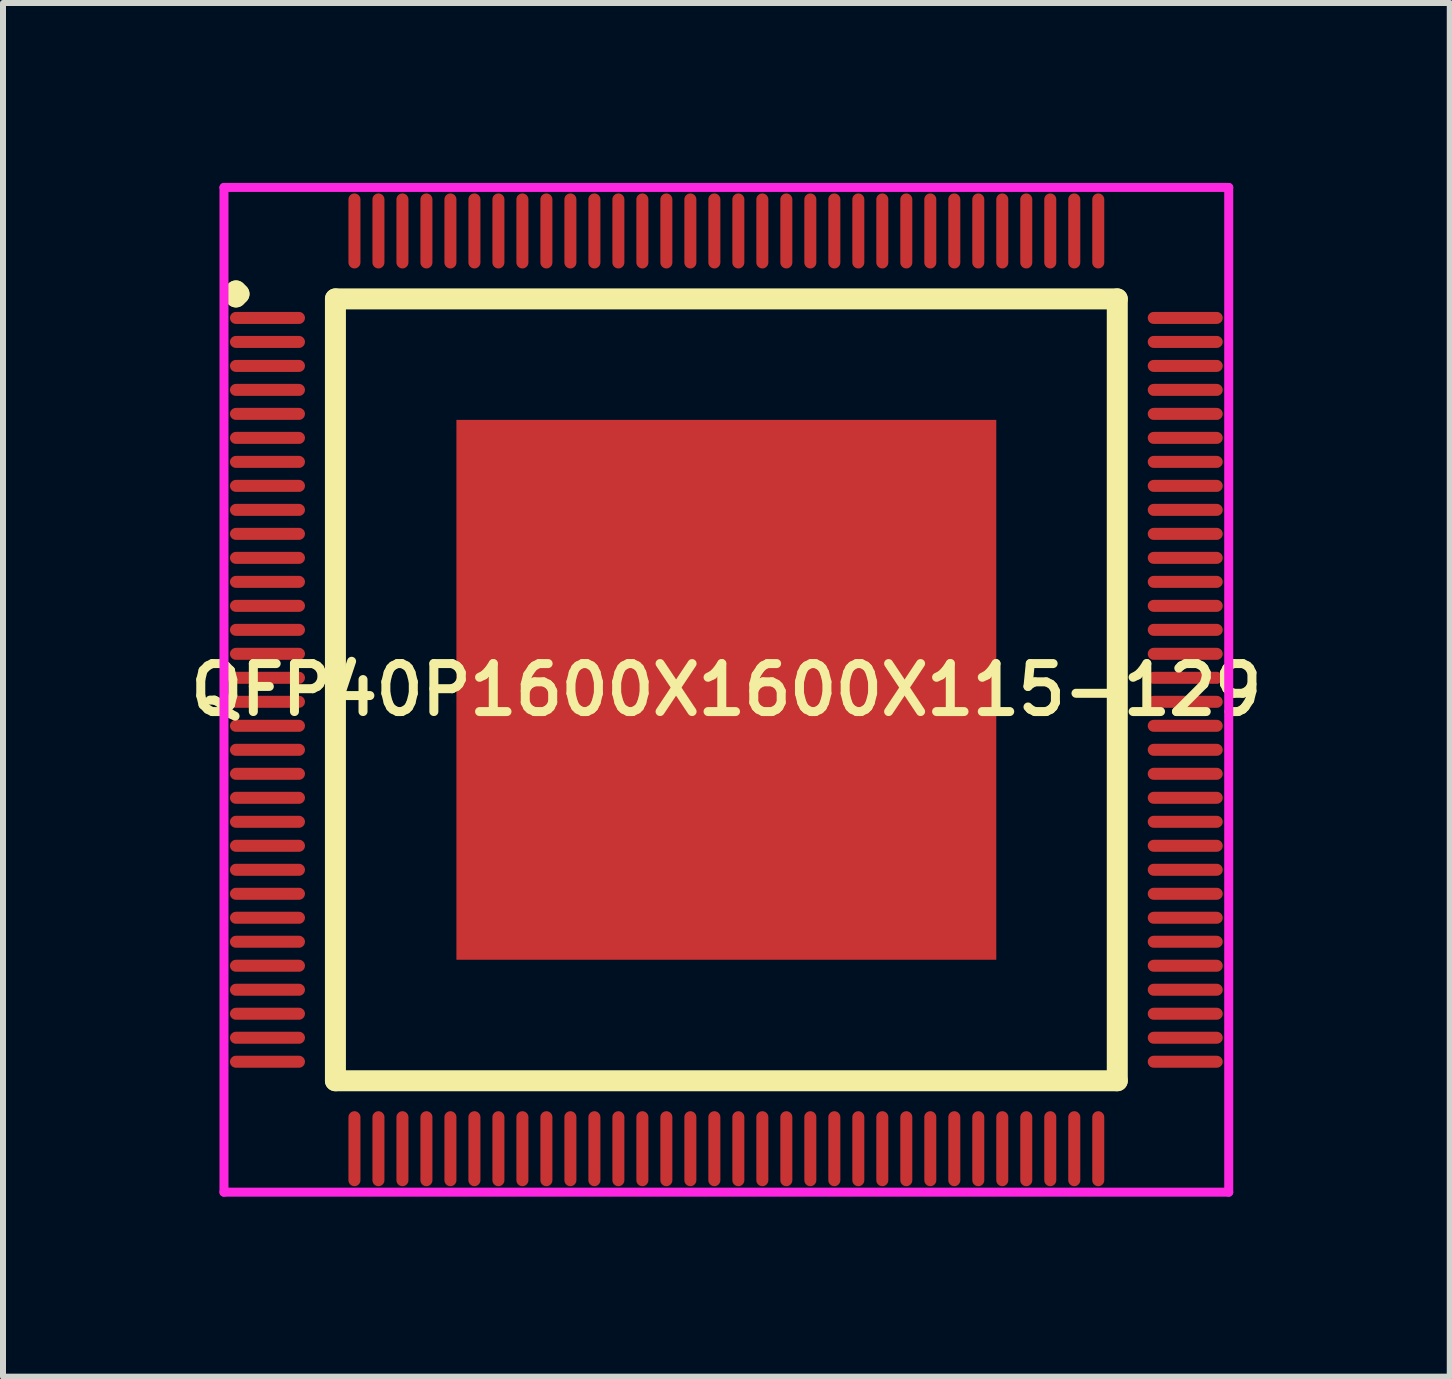
<source format=kicad_pcb>
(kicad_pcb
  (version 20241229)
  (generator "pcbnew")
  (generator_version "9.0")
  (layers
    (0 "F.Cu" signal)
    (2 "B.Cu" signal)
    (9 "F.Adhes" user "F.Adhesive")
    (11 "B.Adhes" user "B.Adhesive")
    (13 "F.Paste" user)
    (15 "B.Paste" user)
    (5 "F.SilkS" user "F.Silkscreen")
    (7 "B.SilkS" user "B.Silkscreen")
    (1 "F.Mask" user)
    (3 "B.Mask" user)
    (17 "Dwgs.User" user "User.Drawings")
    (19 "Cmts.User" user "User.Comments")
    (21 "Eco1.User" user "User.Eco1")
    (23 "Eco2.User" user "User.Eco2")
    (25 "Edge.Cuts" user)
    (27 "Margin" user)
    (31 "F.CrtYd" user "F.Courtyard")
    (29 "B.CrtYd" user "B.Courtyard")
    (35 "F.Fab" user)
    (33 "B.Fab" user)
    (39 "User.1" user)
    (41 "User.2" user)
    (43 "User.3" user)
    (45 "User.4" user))
  (footprint "QFP40P1600X1600X115-129"
    (layer "F.Cu")
    (at 9.059 8.45)
    (property "Reference" "QFP40P1600X1600X115-129" (at 0 0 0) (layer "F.SilkS") (effects (font (size 0.8 0.8) (thickness 0.15))))
    (attr smd)
    (fp_line (start -8.225 -6.6) (end -8.175 -6.65) (stroke (width 0.35) (type solid)) (layer "F.SilkS"))
    (fp_line (start -8.175 -6.65) (end -8.125 -6.6) (stroke (width 0.35) (type solid)) (layer "F.SilkS"))
    (fp_line (start -8.175 -6.55) (end -8.225 -6.6) (stroke (width 0.35) (type solid)) (layer "F.SilkS"))
    (fp_line (start -8.125 -6.6) (end -8.175 -6.55) (stroke (width 0.35) (type solid)) (layer "F.SilkS"))
    (fp_line (start -6.517 -6.517) (end -6.517 6.517) (stroke (width 0.35) (type solid)) (layer "F.SilkS"))
    (fp_line (start -6.517 6.517) (end 6.517 6.517) (stroke (width 0.35) (type solid)) (layer "F.SilkS"))
    (fp_line (start 6.517 -6.517) (end -6.517 -6.517) (stroke (width 0.35) (type solid)) (layer "F.SilkS"))
    (fp_line (start 6.517 6.517) (end 6.517 -6.517) (stroke (width 0.35) (type solid)) (layer "F.SilkS"))
    (fp_line (start -8.375 -8.375) (end 8.375 -8.375) (stroke (width 0.15) (type solid)) (layer "F.CrtYd"))
    (fp_line (start -8.375 8.375) (end -8.375 -8.375) (stroke (width 0.15) (type solid)) (layer "F.CrtYd"))
    (fp_line (start 8.375 -8.375) (end 8.375 8.375) (stroke (width 0.15) (type solid)) (layer "F.CrtYd"))
    (fp_line (start 8.375 8.375) (end -8.375 8.375) (stroke (width 0.15) (type solid)) (layer "F.CrtYd"))
    (pad "1" smd oval (at -7.65 -6.2) (size 1.25 0.2) (layers "F.Cu" "F.Mask" "F.Paste"))
    (pad "2" smd oval (at -7.65 -5.8) (size 1.25 0.2) (layers "F.Cu" "F.Mask" "F.Paste"))
    (pad "3" smd oval (at -7.65 -5.4) (size 1.25 0.2) (layers "F.Cu" "F.Mask" "F.Paste"))
    (pad "4" smd oval (at -7.65 -5) (size 1.25 0.2) (layers "F.Cu" "F.Mask" "F.Paste"))
    (pad "5" smd oval (at -7.65 -4.6) (size 1.25 0.2) (layers "F.Cu" "F.Mask" "F.Paste"))
    (pad "6" smd oval (at -7.65 -4.2) (size 1.25 0.2) (layers "F.Cu" "F.Mask" "F.Paste"))
    (pad "7" smd oval (at -7.65 -3.8) (size 1.25 0.2) (layers "F.Cu" "F.Mask" "F.Paste"))
    (pad "8" smd oval (at -7.65 -3.4) (size 1.25 0.2) (layers "F.Cu" "F.Mask" "F.Paste"))
    (pad "9" smd oval (at -7.65 -3) (size 1.25 0.2) (layers "F.Cu" "F.Mask" "F.Paste"))
    (pad "10" smd oval (at -7.65 -2.6) (size 1.25 0.2) (layers "F.Cu" "F.Mask" "F.Paste"))
    (pad "11" smd oval (at -7.65 -2.2) (size 1.25 0.2) (layers "F.Cu" "F.Mask" "F.Paste"))
    (pad "12" smd oval (at -7.65 -1.8) (size 1.25 0.2) (layers "F.Cu" "F.Mask" "F.Paste"))
    (pad "13" smd oval (at -7.65 -1.4) (size 1.25 0.2) (layers "F.Cu" "F.Mask" "F.Paste"))
    (pad "14" smd oval (at -7.65 -1) (size 1.25 0.2) (layers "F.Cu" "F.Mask" "F.Paste"))
    (pad "15" smd oval (at -7.65 -0.6) (size 1.25 0.2) (layers "F.Cu" "F.Mask" "F.Paste"))
    (pad "16" smd oval (at -7.65 -0.2) (size 1.25 0.2) (layers "F.Cu" "F.Mask" "F.Paste"))
    (pad "17" smd oval (at -7.65 0.2) (size 1.25 0.2) (layers "F.Cu" "F.Mask" "F.Paste"))
    (pad "18" smd oval (at -7.65 0.6) (size 1.25 0.2) (layers "F.Cu" "F.Mask" "F.Paste"))
    (pad "19" smd oval (at -7.65 1) (size 1.25 0.2) (layers "F.Cu" "F.Mask" "F.Paste"))
    (pad "20" smd oval (at -7.65 1.4) (size 1.25 0.2) (layers "F.Cu" "F.Mask" "F.Paste"))
    (pad "21" smd oval (at -7.65 1.8) (size 1.25 0.2) (layers "F.Cu" "F.Mask" "F.Paste"))
    (pad "22" smd oval (at -7.65 2.2) (size 1.25 0.2) (layers "F.Cu" "F.Mask" "F.Paste"))
    (pad "23" smd oval (at -7.65 2.6) (size 1.25 0.2) (layers "F.Cu" "F.Mask" "F.Paste"))
    (pad "24" smd oval (at -7.65 3) (size 1.25 0.2) (layers "F.Cu" "F.Mask" "F.Paste"))
    (pad "25" smd oval (at -7.65 3.4) (size 1.25 0.2) (layers "F.Cu" "F.Mask" "F.Paste"))
    (pad "26" smd oval (at -7.65 3.8) (size 1.25 0.2) (layers "F.Cu" "F.Mask" "F.Paste"))
    (pad "27" smd oval (at -7.65 4.2) (size 1.25 0.2) (layers "F.Cu" "F.Mask" "F.Paste"))
    (pad "28" smd oval (at -7.65 4.6) (size 1.25 0.2) (layers "F.Cu" "F.Mask" "F.Paste"))
    (pad "29" smd oval (at -7.65 5) (size 1.25 0.2) (layers "F.Cu" "F.Mask" "F.Paste"))
    (pad "30" smd oval (at -7.65 5.4) (size 1.25 0.2) (layers "F.Cu" "F.Mask" "F.Paste"))
    (pad "31" smd oval (at -7.65 5.8) (size 1.25 0.2) (layers "F.Cu" "F.Mask" "F.Paste"))
    (pad "32" smd oval (at -7.65 6.2) (size 1.25 0.2) (layers "F.Cu" "F.Mask" "F.Paste"))
    (pad "33" smd oval (at -6.2 7.65) (size 0.2 1.25) (layers "F.Cu" "F.Mask" "F.Paste"))
    (pad "34" smd oval (at -5.8 7.65) (size 0.2 1.25) (layers "F.Cu" "F.Mask" "F.Paste"))
    (pad "35" smd oval (at -5.4 7.65) (size 0.2 1.25) (layers "F.Cu" "F.Mask" "F.Paste"))
    (pad "36" smd oval (at -5 7.65) (size 0.2 1.25) (layers "F.Cu" "F.Mask" "F.Paste"))
    (pad "37" smd oval (at -4.6 7.65) (size 0.2 1.25) (layers "F.Cu" "F.Mask" "F.Paste"))
    (pad "38" smd oval (at -4.2 7.65) (size 0.2 1.25) (layers "F.Cu" "F.Mask" "F.Paste"))
    (pad "39" smd oval (at -3.8 7.65) (size 0.2 1.25) (layers "F.Cu" "F.Mask" "F.Paste"))
    (pad "40" smd oval (at -3.4 7.65) (size 0.2 1.25) (layers "F.Cu" "F.Mask" "F.Paste"))
    (pad "41" smd oval (at -3 7.65) (size 0.2 1.25) (layers "F.Cu" "F.Mask" "F.Paste"))
    (pad "42" smd oval (at -2.6 7.65) (size 0.2 1.25) (layers "F.Cu" "F.Mask" "F.Paste"))
    (pad "43" smd oval (at -2.2 7.65) (size 0.2 1.25) (layers "F.Cu" "F.Mask" "F.Paste"))
    (pad "44" smd oval (at -1.8 7.65) (size 0.2 1.25) (layers "F.Cu" "F.Mask" "F.Paste"))
    (pad "45" smd oval (at -1.4 7.65) (size 0.2 1.25) (layers "F.Cu" "F.Mask" "F.Paste"))
    (pad "46" smd oval (at -1 7.65) (size 0.2 1.25) (layers "F.Cu" "F.Mask" "F.Paste"))
    (pad "47" smd oval (at -0.6 7.65) (size 0.2 1.25) (layers "F.Cu" "F.Mask" "F.Paste"))
    (pad "48" smd oval (at -0.2 7.65) (size 0.2 1.25) (layers "F.Cu" "F.Mask" "F.Paste"))
    (pad "49" smd oval (at 0.2 7.65) (size 0.2 1.25) (layers "F.Cu" "F.Mask" "F.Paste"))
    (pad "50" smd oval (at 0.6 7.65) (size 0.2 1.25) (layers "F.Cu" "F.Mask" "F.Paste"))
    (pad "51" smd oval (at 1 7.65) (size 0.2 1.25) (layers "F.Cu" "F.Mask" "F.Paste"))
    (pad "52" smd oval (at 1.4 7.65) (size 0.2 1.25) (layers "F.Cu" "F.Mask" "F.Paste"))
    (pad "53" smd oval (at 1.8 7.65) (size 0.2 1.25) (layers "F.Cu" "F.Mask" "F.Paste"))
    (pad "54" smd oval (at 2.2 7.65) (size 0.2 1.25) (layers "F.Cu" "F.Mask" "F.Paste"))
    (pad "55" smd oval (at 2.6 7.65) (size 0.2 1.25) (layers "F.Cu" "F.Mask" "F.Paste"))
    (pad "56" smd oval (at 3 7.65) (size 0.2 1.25) (layers "F.Cu" "F.Mask" "F.Paste"))
    (pad "57" smd oval (at 3.4 7.65) (size 0.2 1.25) (layers "F.Cu" "F.Mask" "F.Paste"))
    (pad "58" smd oval (at 3.8 7.65) (size 0.2 1.25) (layers "F.Cu" "F.Mask" "F.Paste"))
    (pad "59" smd oval (at 4.2 7.65) (size 0.2 1.25) (layers "F.Cu" "F.Mask" "F.Paste"))
    (pad "60" smd oval (at 4.6 7.65) (size 0.2 1.25) (layers "F.Cu" "F.Mask" "F.Paste"))
    (pad "61" smd oval (at 5 7.65) (size 0.2 1.25) (layers "F.Cu" "F.Mask" "F.Paste"))
    (pad "62" smd oval (at 5.4 7.65) (size 0.2 1.25) (layers "F.Cu" "F.Mask" "F.Paste"))
    (pad "63" smd oval (at 5.8 7.65) (size 0.2 1.25) (layers "F.Cu" "F.Mask" "F.Paste"))
    (pad "64" smd oval (at 6.2 7.65) (size 0.2 1.25) (layers "F.Cu" "F.Mask" "F.Paste"))
    (pad "65" smd oval (at 7.65 6.2) (size 1.25 0.2) (layers "F.Cu" "F.Mask" "F.Paste"))
    (pad "66" smd oval (at 7.65 5.8) (size 1.25 0.2) (layers "F.Cu" "F.Mask" "F.Paste"))
    (pad "67" smd oval (at 7.65 5.4) (size 1.25 0.2) (layers "F.Cu" "F.Mask" "F.Paste"))
    (pad "68" smd oval (at 7.65 5) (size 1.25 0.2) (layers "F.Cu" "F.Mask" "F.Paste"))
    (pad "69" smd oval (at 7.65 4.6) (size 1.25 0.2) (layers "F.Cu" "F.Mask" "F.Paste"))
    (pad "70" smd oval (at 7.65 4.2) (size 1.25 0.2) (layers "F.Cu" "F.Mask" "F.Paste"))
    (pad "71" smd oval (at 7.65 3.8) (size 1.25 0.2) (layers "F.Cu" "F.Mask" "F.Paste"))
    (pad "72" smd oval (at 7.65 3.4) (size 1.25 0.2) (layers "F.Cu" "F.Mask" "F.Paste"))
    (pad "73" smd oval (at 7.65 3) (size 1.25 0.2) (layers "F.Cu" "F.Mask" "F.Paste"))
    (pad "74" smd oval (at 7.65 2.6) (size 1.25 0.2) (layers "F.Cu" "F.Mask" "F.Paste"))
    (pad "75" smd oval (at 7.65 2.2) (size 1.25 0.2) (layers "F.Cu" "F.Mask" "F.Paste"))
    (pad "76" smd oval (at 7.65 1.8) (size 1.25 0.2) (layers "F.Cu" "F.Mask" "F.Paste"))
    (pad "77" smd oval (at 7.65 1.4) (size 1.25 0.2) (layers "F.Cu" "F.Mask" "F.Paste"))
    (pad "78" smd oval (at 7.65 1) (size 1.25 0.2) (layers "F.Cu" "F.Mask" "F.Paste"))
    (pad "79" smd oval (at 7.65 0.6) (size 1.25 0.2) (layers "F.Cu" "F.Mask" "F.Paste"))
    (pad "80" smd oval (at 7.65 0.2) (size 1.25 0.2) (layers "F.Cu" "F.Mask" "F.Paste"))
    (pad "81" smd oval (at 7.65 -0.2) (size 1.25 0.2) (layers "F.Cu" "F.Mask" "F.Paste"))
    (pad "82" smd oval (at 7.65 -0.6) (size 1.25 0.2) (layers "F.Cu" "F.Mask" "F.Paste"))
    (pad "83" smd oval (at 7.65 -1) (size 1.25 0.2) (layers "F.Cu" "F.Mask" "F.Paste"))
    (pad "84" smd oval (at 7.65 -1.4) (size 1.25 0.2) (layers "F.Cu" "F.Mask" "F.Paste"))
    (pad "85" smd oval (at 7.65 -1.8) (size 1.25 0.2) (layers "F.Cu" "F.Mask" "F.Paste"))
    (pad "86" smd oval (at 7.65 -2.2) (size 1.25 0.2) (layers "F.Cu" "F.Mask" "F.Paste"))
    (pad "87" smd oval (at 7.65 -2.6) (size 1.25 0.2) (layers "F.Cu" "F.Mask" "F.Paste"))
    (pad "88" smd oval (at 7.65 -3) (size 1.25 0.2) (layers "F.Cu" "F.Mask" "F.Paste"))
    (pad "89" smd oval (at 7.65 -3.4) (size 1.25 0.2) (layers "F.Cu" "F.Mask" "F.Paste"))
    (pad "90" smd oval (at 7.65 -3.8) (size 1.25 0.2) (layers "F.Cu" "F.Mask" "F.Paste"))
    (pad "91" smd oval (at 7.65 -4.2) (size 1.25 0.2) (layers "F.Cu" "F.Mask" "F.Paste"))
    (pad "92" smd oval (at 7.65 -4.6) (size 1.25 0.2) (layers "F.Cu" "F.Mask" "F.Paste"))
    (pad "93" smd oval (at 7.65 -5) (size 1.25 0.2) (layers "F.Cu" "F.Mask" "F.Paste"))
    (pad "94" smd oval (at 7.65 -5.4) (size 1.25 0.2) (layers "F.Cu" "F.Mask" "F.Paste"))
    (pad "95" smd oval (at 7.65 -5.8) (size 1.25 0.2) (layers "F.Cu" "F.Mask" "F.Paste"))
    (pad "96" smd oval (at 7.65 -6.2) (size 1.25 0.2) (layers "F.Cu" "F.Mask" "F.Paste"))
    (pad "97" smd oval (at 6.2 -7.65) (size 0.2 1.25) (layers "F.Cu" "F.Mask" "F.Paste"))
    (pad "98" smd oval (at 5.8 -7.65) (size 0.2 1.25) (layers "F.Cu" "F.Mask" "F.Paste"))
    (pad "99" smd oval (at 5.4 -7.65) (size 0.2 1.25) (layers "F.Cu" "F.Mask" "F.Paste"))
    (pad "100" smd oval (at 5 -7.65) (size 0.2 1.25) (layers "F.Cu" "F.Mask" "F.Paste"))
    (pad "101" smd oval (at 4.6 -7.65) (size 0.2 1.25) (layers "F.Cu" "F.Mask" "F.Paste"))
    (pad "102" smd oval (at 4.2 -7.65) (size 0.2 1.25) (layers "F.Cu" "F.Mask" "F.Paste"))
    (pad "103" smd oval (at 3.8 -7.65) (size 0.2 1.25) (layers "F.Cu" "F.Mask" "F.Paste"))
    (pad "104" smd oval (at 3.4 -7.65) (size 0.2 1.25) (layers "F.Cu" "F.Mask" "F.Paste"))
    (pad "105" smd oval (at 3 -7.65) (size 0.2 1.25) (layers "F.Cu" "F.Mask" "F.Paste"))
    (pad "106" smd oval (at 2.6 -7.65) (size 0.2 1.25) (layers "F.Cu" "F.Mask" "F.Paste"))
    (pad "107" smd oval (at 2.2 -7.65) (size 0.2 1.25) (layers "F.Cu" "F.Mask" "F.Paste"))
    (pad "108" smd oval (at 1.8 -7.65) (size 0.2 1.25) (layers "F.Cu" "F.Mask" "F.Paste"))
    (pad "109" smd oval (at 1.4 -7.65) (size 0.2 1.25) (layers "F.Cu" "F.Mask" "F.Paste"))
    (pad "110" smd oval (at 1 -7.65) (size 0.2 1.25) (layers "F.Cu" "F.Mask" "F.Paste"))
    (pad "111" smd oval (at 0.6 -7.65) (size 0.2 1.25) (layers "F.Cu" "F.Mask" "F.Paste"))
    (pad "112" smd oval (at 0.2 -7.65) (size 0.2 1.25) (layers "F.Cu" "F.Mask" "F.Paste"))
    (pad "113" smd oval (at -0.2 -7.65) (size 0.2 1.25) (layers "F.Cu" "F.Mask" "F.Paste"))
    (pad "114" smd oval (at -0.6 -7.65) (size 0.2 1.25) (layers "F.Cu" "F.Mask" "F.Paste"))
    (pad "115" smd oval (at -1 -7.65) (size 0.2 1.25) (layers "F.Cu" "F.Mask" "F.Paste"))
    (pad "116" smd oval (at -1.4 -7.65) (size 0.2 1.25) (layers "F.Cu" "F.Mask" "F.Paste"))
    (pad "117" smd oval (at -1.8 -7.65) (size 0.2 1.25) (layers "F.Cu" "F.Mask" "F.Paste"))
    (pad "118" smd oval (at -2.2 -7.65) (size 0.2 1.25) (layers "F.Cu" "F.Mask" "F.Paste"))
    (pad "119" smd oval (at -2.6 -7.65) (size 0.2 1.25) (layers "F.Cu" "F.Mask" "F.Paste"))
    (pad "120" smd oval (at -3 -7.65) (size 0.2 1.25) (layers "F.Cu" "F.Mask" "F.Paste"))
    (pad "121" smd oval (at -3.4 -7.65) (size 0.2 1.25) (layers "F.Cu" "F.Mask" "F.Paste"))
    (pad "122" smd oval (at -3.8 -7.65) (size 0.2 1.25) (layers "F.Cu" "F.Mask" "F.Paste"))
    (pad "123" smd oval (at -4.2 -7.65) (size 0.2 1.25) (layers "F.Cu" "F.Mask" "F.Paste"))
    (pad "124" smd oval (at -4.6 -7.65) (size 0.2 1.25) (layers "F.Cu" "F.Mask" "F.Paste"))
    (pad "125" smd oval (at -5 -7.65) (size 0.2 1.25) (layers "F.Cu" "F.Mask" "F.Paste"))
    (pad "126" smd oval (at -5.4 -7.65) (size 0.2 1.25) (layers "F.Cu" "F.Mask" "F.Paste"))
    (pad "127" smd oval (at -5.8 -7.65) (size 0.2 1.25) (layers "F.Cu" "F.Mask" "F.Paste"))
    (pad "128" smd oval (at -6.2 -7.65) (size 0.2 1.25) (layers "F.Cu" "F.Mask" "F.Paste"))
    (pad "129" smd rect (at 0 0) (size 9 9) (layers "F.Cu" "F.Mask" "F.Paste")))
  (gr_rect
    (start -3 -3)
    (end 21.119 19.9)
    (stroke (width 0.1) (type default))
    (fill no)
    (layer "Edge.Cuts")))
</source>
